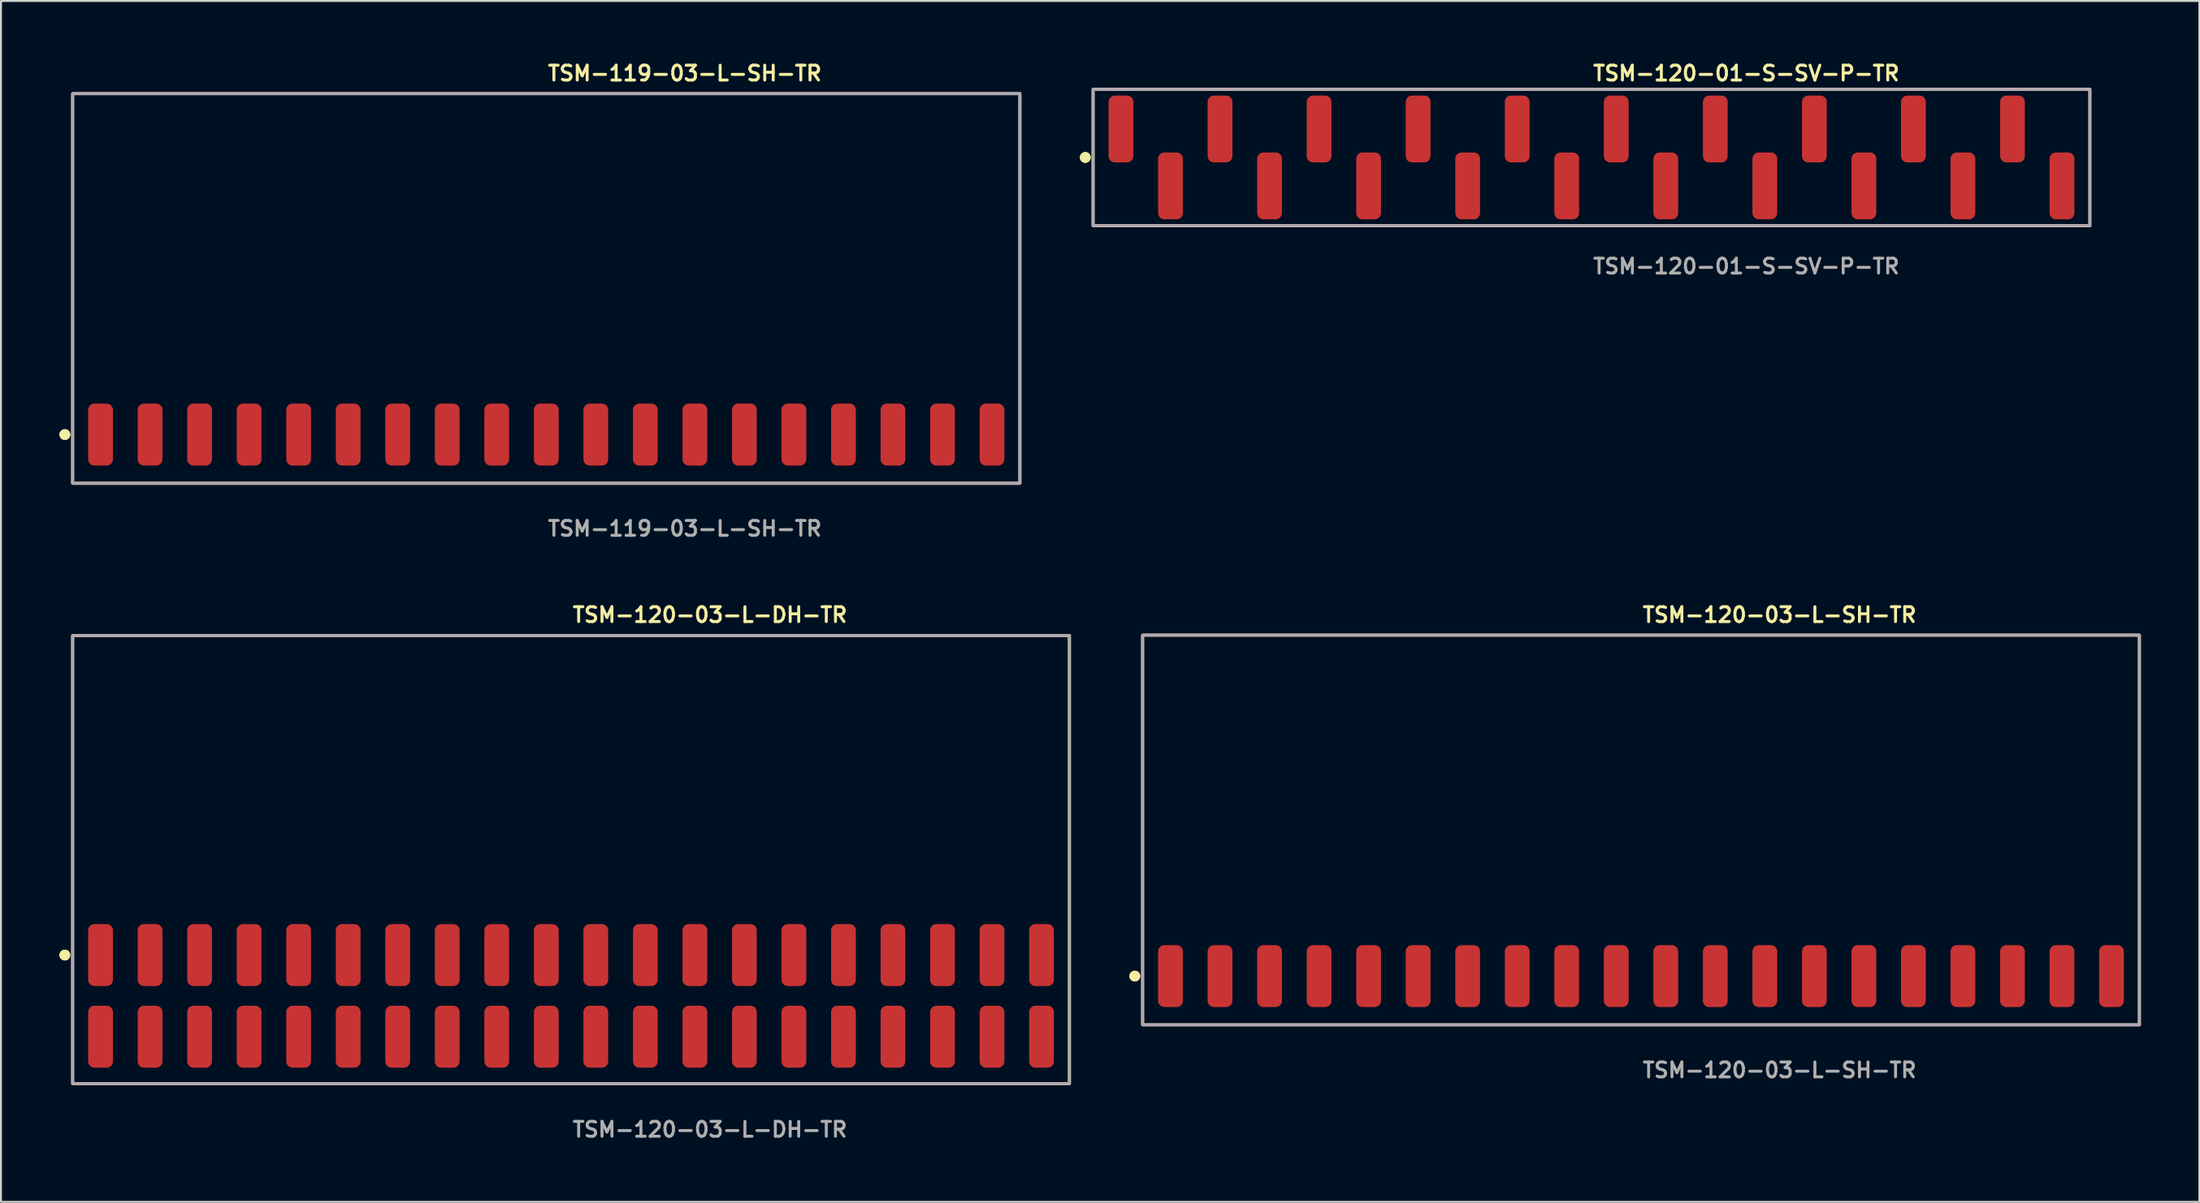
<source format=kicad_pcb>
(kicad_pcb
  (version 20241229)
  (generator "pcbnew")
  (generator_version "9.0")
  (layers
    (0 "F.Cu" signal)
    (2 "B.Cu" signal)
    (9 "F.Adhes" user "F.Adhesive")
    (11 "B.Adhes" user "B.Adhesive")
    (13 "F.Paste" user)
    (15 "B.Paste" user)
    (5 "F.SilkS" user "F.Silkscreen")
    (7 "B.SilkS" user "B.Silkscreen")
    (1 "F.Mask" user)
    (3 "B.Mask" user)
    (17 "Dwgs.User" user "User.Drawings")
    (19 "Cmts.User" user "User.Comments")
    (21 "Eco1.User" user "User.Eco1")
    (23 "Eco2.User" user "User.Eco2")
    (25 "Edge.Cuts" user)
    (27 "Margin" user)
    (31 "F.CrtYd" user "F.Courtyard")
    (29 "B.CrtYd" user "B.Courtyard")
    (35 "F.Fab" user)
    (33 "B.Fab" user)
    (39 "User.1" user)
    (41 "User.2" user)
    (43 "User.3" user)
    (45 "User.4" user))
  (footprint "TSM-120-03-L-DH-TR"
    (layer "F.Cu")
    (at 26.236 48.066)
    (property "Reference" "TSM-120-03-L-DH-TR" (at 0 -19.558 0) (unlocked yes) (layer "F.SilkS") (effects (font (size 0.762 0.762) (thickness 0.152)) (justify left)))
    (fp_rect (start -25.56 4.5) (end 25.56 -18.5) (stroke (width 0.152) (type solid)) (fill no) (layer "F.SilkS"))
    (fp_circle (center -25.96 -2.095) (end -26.16 -2.095) (stroke (width 0.152) (type solid)) (fill yes) (layer "F.SilkS"))
    (fp_circle (center -25.96 -2.095) (end -26.16 -2.095) (stroke (width 0.152) (type solid)) (fill yes) (layer "F.SilkS"))
    (fp_rect (start -25.56 4.5) (end 25.56 -18.5) (stroke (width 0.006) (type solid)) (fill no) (layer "F.CrtYd"))
    (fp_rect (start -25.56 4.5) (end 25.56 -18.5) (stroke (width 0.152) (type solid)) (fill no) (layer "F.Fab"))
    (fp_text user "${REFERENCE}" (at 0 6.858 0) (unlocked yes) (layer "F.Fab") (effects (font (size 0.762 0.762) (thickness 0.152)) (justify left)))
    (pad "1" smd roundrect (at -24.13 2.095) (size 1.27 3.18) (layers "F.Cu" "F.Paste") (roundrect_rratio 0.25))
    (pad "2" smd roundrect (at -24.13 -2.095) (size 1.27 3.18) (layers "F.Cu" "F.Paste") (roundrect_rratio 0.25))
    (pad "3" smd roundrect (at -21.59 2.095) (size 1.27 3.18) (layers "F.Cu" "F.Paste") (roundrect_rratio 0.25))
    (pad "4" smd roundrect (at -21.59 -2.095) (size 1.27 3.18) (layers "F.Cu" "F.Paste") (roundrect_rratio 0.25))
    (pad "5" smd roundrect (at -19.05 2.095) (size 1.27 3.18) (layers "F.Cu" "F.Paste") (roundrect_rratio 0.25))
    (pad "6" smd roundrect (at -19.05 -2.095) (size 1.27 3.18) (layers "F.Cu" "F.Paste") (roundrect_rratio 0.25))
    (pad "7" smd roundrect (at -16.51 2.095) (size 1.27 3.18) (layers "F.Cu" "F.Paste") (roundrect_rratio 0.25))
    (pad "8" smd roundrect (at -16.51 -2.095) (size 1.27 3.18) (layers "F.Cu" "F.Paste") (roundrect_rratio 0.25))
    (pad "9" smd roundrect (at -13.97 2.095) (size 1.27 3.18) (layers "F.Cu" "F.Paste") (roundrect_rratio 0.25))
    (pad "10" smd roundrect (at -13.97 -2.095) (size 1.27 3.18) (layers "F.Cu" "F.Paste") (roundrect_rratio 0.25))
    (pad "11" smd roundrect (at -11.43 2.095) (size 1.27 3.18) (layers "F.Cu" "F.Paste") (roundrect_rratio 0.25))
    (pad "12" smd roundrect (at -11.43 -2.095) (size 1.27 3.18) (layers "F.Cu" "F.Paste") (roundrect_rratio 0.25))
    (pad "13" smd roundrect (at -8.89 2.095) (size 1.27 3.18) (layers "F.Cu" "F.Paste") (roundrect_rratio 0.25))
    (pad "14" smd roundrect (at -8.89 -2.095) (size 1.27 3.18) (layers "F.Cu" "F.Paste") (roundrect_rratio 0.25))
    (pad "15" smd roundrect (at -6.35 2.095) (size 1.27 3.18) (layers "F.Cu" "F.Paste") (roundrect_rratio 0.25))
    (pad "16" smd roundrect (at -6.35 -2.095) (size 1.27 3.18) (layers "F.Cu" "F.Paste") (roundrect_rratio 0.25))
    (pad "17" smd roundrect (at -3.81 2.095) (size 1.27 3.18) (layers "F.Cu" "F.Paste") (roundrect_rratio 0.25))
    (pad "18" smd roundrect (at -3.81 -2.095) (size 1.27 3.18) (layers "F.Cu" "F.Paste") (roundrect_rratio 0.25))
    (pad "19" smd roundrect (at -1.27 2.095) (size 1.27 3.18) (layers "F.Cu" "F.Paste") (roundrect_rratio 0.25))
    (pad "20" smd roundrect (at -1.27 -2.095) (size 1.27 3.18) (layers "F.Cu" "F.Paste") (roundrect_rratio 0.25))
    (pad "21" smd roundrect (at 1.27 2.095) (size 1.27 3.18) (layers "F.Cu" "F.Paste") (roundrect_rratio 0.25))
    (pad "22" smd roundrect (at 1.27 -2.095) (size 1.27 3.18) (layers "F.Cu" "F.Paste") (roundrect_rratio 0.25))
    (pad "23" smd roundrect (at 3.81 2.095) (size 1.27 3.18) (layers "F.Cu" "F.Paste") (roundrect_rratio 0.25))
    (pad "24" smd roundrect (at 3.81 -2.095) (size 1.27 3.18) (layers "F.Cu" "F.Paste") (roundrect_rratio 0.25))
    (pad "25" smd roundrect (at 6.35 2.095) (size 1.27 3.18) (layers "F.Cu" "F.Paste") (roundrect_rratio 0.25))
    (pad "26" smd roundrect (at 6.35 -2.095) (size 1.27 3.18) (layers "F.Cu" "F.Paste") (roundrect_rratio 0.25))
    (pad "27" smd roundrect (at 8.89 2.095) (size 1.27 3.18) (layers "F.Cu" "F.Paste") (roundrect_rratio 0.25))
    (pad "28" smd roundrect (at 8.89 -2.095) (size 1.27 3.18) (layers "F.Cu" "F.Paste") (roundrect_rratio 0.25))
    (pad "29" smd roundrect (at 11.43 2.095) (size 1.27 3.18) (layers "F.Cu" "F.Paste") (roundrect_rratio 0.25))
    (pad "30" smd roundrect (at 11.43 -2.095) (size 1.27 3.18) (layers "F.Cu" "F.Paste") (roundrect_rratio 0.25))
    (pad "31" smd roundrect (at 13.97 2.095) (size 1.27 3.18) (layers "F.Cu" "F.Paste") (roundrect_rratio 0.25))
    (pad "32" smd roundrect (at 13.97 -2.095) (size 1.27 3.18) (layers "F.Cu" "F.Paste") (roundrect_rratio 0.25))
    (pad "33" smd roundrect (at 16.51 2.095) (size 1.27 3.18) (layers "F.Cu" "F.Paste") (roundrect_rratio 0.25))
    (pad "34" smd roundrect (at 16.51 -2.095) (size 1.27 3.18) (layers "F.Cu" "F.Paste") (roundrect_rratio 0.25))
    (pad "35" smd roundrect (at 19.05 2.095) (size 1.27 3.18) (layers "F.Cu" "F.Paste") (roundrect_rratio 0.25))
    (pad "36" smd roundrect (at 19.05 -2.095) (size 1.27 3.18) (layers "F.Cu" "F.Paste") (roundrect_rratio 0.25))
    (pad "37" smd roundrect (at 21.59 2.095) (size 1.27 3.18) (layers "F.Cu" "F.Paste") (roundrect_rratio 0.25))
    (pad "38" smd roundrect (at 21.59 -2.095) (size 1.27 3.18) (layers "F.Cu" "F.Paste") (roundrect_rratio 0.25))
    (pad "39" smd roundrect (at 24.13 2.095) (size 1.27 3.18) (layers "F.Cu" "F.Paste") (roundrect_rratio 0.25))
    (pad "40" smd roundrect (at 24.13 -2.095) (size 1.27 3.18) (layers "F.Cu" "F.Paste") (roundrect_rratio 0.25)))
  (footprint "TSM-119-03-L-SH-TR"
    (layer "F.Cu")
    (at 24.966 19.255)
    (property "Reference" "TSM-119-03-L-SH-TR" (at 0 -18.542 0) (unlocked yes) (layer "F.SilkS") (effects (font (size 0.762 0.762) (thickness 0.152)) (justify left)))
    (fp_rect (start -24.29 2.5) (end 24.29 -17.5) (stroke (width 0.152) (type solid)) (fill no) (layer "F.SilkS"))
    (fp_circle (center -24.69 0) (end -24.89 0) (stroke (width 0.152) (type solid)) (fill yes) (layer "F.SilkS"))
    (fp_circle (center -24.69 0) (end -24.89 0) (stroke (width 0.152) (type solid)) (fill yes) (layer "F.SilkS"))
    (fp_rect (start -24.29 2.5) (end 24.29 -17.5) (stroke (width 0.006) (type solid)) (fill no) (layer "F.CrtYd"))
    (fp_rect (start -24.29 2.5) (end 24.29 -17.5) (stroke (width 0.152) (type solid)) (fill no) (layer "F.Fab"))
    (fp_text user "${REFERENCE}" (at 0 4.826 0) (unlocked yes) (layer "F.Fab") (effects (font (size 0.762 0.762) (thickness 0.152)) (justify left)))
    (pad "1" smd roundrect (at -22.86 0) (size 1.27 3.18) (layers "F.Cu" "F.Paste") (roundrect_rratio 0.25))
    (pad "2" smd roundrect (at -20.32 0) (size 1.27 3.18) (layers "F.Cu" "F.Paste") (roundrect_rratio 0.25))
    (pad "3" smd roundrect (at -17.78 0) (size 1.27 3.18) (layers "F.Cu" "F.Paste") (roundrect_rratio 0.25))
    (pad "4" smd roundrect (at -15.24 0) (size 1.27 3.18) (layers "F.Cu" "F.Paste") (roundrect_rratio 0.25))
    (pad "5" smd roundrect (at -12.7 0) (size 1.27 3.18) (layers "F.Cu" "F.Paste") (roundrect_rratio 0.25))
    (pad "6" smd roundrect (at -10.16 0) (size 1.27 3.18) (layers "F.Cu" "F.Paste") (roundrect_rratio 0.25))
    (pad "7" smd roundrect (at -7.62 0) (size 1.27 3.18) (layers "F.Cu" "F.Paste") (roundrect_rratio 0.25))
    (pad "8" smd roundrect (at -5.08 0) (size 1.27 3.18) (layers "F.Cu" "F.Paste") (roundrect_rratio 0.25))
    (pad "9" smd roundrect (at -2.54 0) (size 1.27 3.18) (layers "F.Cu" "F.Paste") (roundrect_rratio 0.25))
    (pad "10" smd roundrect (at 0 0) (size 1.27 3.18) (layers "F.Cu" "F.Paste") (roundrect_rratio 0.25))
    (pad "11" smd roundrect (at 2.54 0) (size 1.27 3.18) (layers "F.Cu" "F.Paste") (roundrect_rratio 0.25))
    (pad "12" smd roundrect (at 5.08 0) (size 1.27 3.18) (layers "F.Cu" "F.Paste") (roundrect_rratio 0.25))
    (pad "13" smd roundrect (at 7.62 0) (size 1.27 3.18) (layers "F.Cu" "F.Paste") (roundrect_rratio 0.25))
    (pad "14" smd roundrect (at 10.16 0) (size 1.27 3.18) (layers "F.Cu" "F.Paste") (roundrect_rratio 0.25))
    (pad "15" smd roundrect (at 12.7 0) (size 1.27 3.18) (layers "F.Cu" "F.Paste") (roundrect_rratio 0.25))
    (pad "16" smd roundrect (at 15.24 0) (size 1.27 3.18) (layers "F.Cu" "F.Paste") (roundrect_rratio 0.25))
    (pad "17" smd roundrect (at 17.78 0) (size 1.27 3.18) (layers "F.Cu" "F.Paste") (roundrect_rratio 0.25))
    (pad "18" smd roundrect (at 20.32 0) (size 1.27 3.18) (layers "F.Cu" "F.Paste") (roundrect_rratio 0.25))
    (pad "19" smd roundrect (at 22.86 0) (size 1.27 3.18) (layers "F.Cu" "F.Paste") (roundrect_rratio 0.25)))
  (footprint "TSM-120-03-L-SH-TR"
    (layer "F.Cu")
    (at 81.109 47.05)
    (property "Reference" "TSM-120-03-L-SH-TR" (at 0 -18.542 0) (unlocked yes) (layer "F.SilkS") (effects (font (size 0.762 0.762) (thickness 0.152)) (justify left)))
    (fp_rect (start -25.56 2.5) (end 25.56 -17.5) (stroke (width 0.152) (type solid)) (fill no) (layer "F.SilkS"))
    (fp_circle (center -25.96 0) (end -26.16 0) (stroke (width 0.152) (type solid)) (fill yes) (layer "F.SilkS"))
    (fp_circle (center -25.96 0) (end -26.16 0) (stroke (width 0.152) (type solid)) (fill yes) (layer "F.SilkS"))
    (fp_rect (start -25.56 2.5) (end 25.56 -17.5) (stroke (width 0.006) (type solid)) (fill no) (layer "F.CrtYd"))
    (fp_rect (start -25.56 2.5) (end 25.56 -17.5) (stroke (width 0.152) (type solid)) (fill no) (layer "F.Fab"))
    (fp_text user "${REFERENCE}" (at 0 4.826 0) (unlocked yes) (layer "F.Fab") (effects (font (size 0.762 0.762) (thickness 0.152)) (justify left)))
    (pad "1" smd roundrect (at -24.13 0) (size 1.27 3.18) (layers "F.Cu" "F.Paste") (roundrect_rratio 0.25))
    (pad "2" smd roundrect (at -21.59 0) (size 1.27 3.18) (layers "F.Cu" "F.Paste") (roundrect_rratio 0.25))
    (pad "3" smd roundrect (at -19.05 0) (size 1.27 3.18) (layers "F.Cu" "F.Paste") (roundrect_rratio 0.25))
    (pad "4" smd roundrect (at -16.51 0) (size 1.27 3.18) (layers "F.Cu" "F.Paste") (roundrect_rratio 0.25))
    (pad "5" smd roundrect (at -13.97 0) (size 1.27 3.18) (layers "F.Cu" "F.Paste") (roundrect_rratio 0.25))
    (pad "6" smd roundrect (at -11.43 0) (size 1.27 3.18) (layers "F.Cu" "F.Paste") (roundrect_rratio 0.25))
    (pad "7" smd roundrect (at -8.89 0) (size 1.27 3.18) (layers "F.Cu" "F.Paste") (roundrect_rratio 0.25))
    (pad "8" smd roundrect (at -6.35 0) (size 1.27 3.18) (layers "F.Cu" "F.Paste") (roundrect_rratio 0.25))
    (pad "9" smd roundrect (at -3.81 0) (size 1.27 3.18) (layers "F.Cu" "F.Paste") (roundrect_rratio 0.25))
    (pad "10" smd roundrect (at -1.27 0) (size 1.27 3.18) (layers "F.Cu" "F.Paste") (roundrect_rratio 0.25))
    (pad "11" smd roundrect (at 1.27 0) (size 1.27 3.18) (layers "F.Cu" "F.Paste") (roundrect_rratio 0.25))
    (pad "12" smd roundrect (at 3.81 0) (size 1.27 3.18) (layers "F.Cu" "F.Paste") (roundrect_rratio 0.25))
    (pad "13" smd roundrect (at 6.35 0) (size 1.27 3.18) (layers "F.Cu" "F.Paste") (roundrect_rratio 0.25))
    (pad "14" smd roundrect (at 8.89 0) (size 1.27 3.18) (layers "F.Cu" "F.Paste") (roundrect_rratio 0.25))
    (pad "15" smd roundrect (at 11.43 0) (size 1.27 3.18) (layers "F.Cu" "F.Paste") (roundrect_rratio 0.25))
    (pad "16" smd roundrect (at 13.97 0) (size 1.27 3.18) (layers "F.Cu" "F.Paste") (roundrect_rratio 0.25))
    (pad "17" smd roundrect (at 16.51 0) (size 1.27 3.18) (layers "F.Cu" "F.Paste") (roundrect_rratio 0.25))
    (pad "18" smd roundrect (at 19.05 0) (size 1.27 3.18) (layers "F.Cu" "F.Paste") (roundrect_rratio 0.25))
    (pad "19" smd roundrect (at 21.59 0) (size 1.27 3.18) (layers "F.Cu" "F.Paste") (roundrect_rratio 0.25))
    (pad "20" smd roundrect (at 24.13 0) (size 1.27 3.18) (layers "F.Cu" "F.Paste") (roundrect_rratio 0.25)))
  (footprint "TSM-120-01-S-SV-P-TR"
    (layer "F.Cu")
    (at 78.569 5.031)
    (property "Reference" "TSM-120-01-S-SV-P-TR" (at 0 -4.318 0) (unlocked yes) (layer "F.SilkS") (effects (font (size 0.762 0.762) (thickness 0.152)) (justify left)))
    (fp_rect (start -25.56 3.5) (end 25.56 -3.5) (stroke (width 0.152) (type solid)) (fill no) (layer "F.SilkS"))
    (fp_circle (center -25.96 0) (end -26.16 0) (stroke (width 0.152) (type solid)) (fill yes) (layer "F.SilkS"))
    (fp_circle (center -25.96 0) (end -26.16 0) (stroke (width 0.152) (type solid)) (fill yes) (layer "F.SilkS"))
    (fp_rect (start -25.56 3.5) (end 25.56 -3.5) (stroke (width 0.006) (type solid)) (fill no) (layer "F.CrtYd"))
    (fp_rect (start -25.56 3.5) (end 25.56 -3.5) (stroke (width 0.152) (type solid)) (fill no) (layer "F.Fab"))
    (fp_text user "${REFERENCE}" (at 0 5.588 0) (unlocked yes) (layer "F.Fab") (effects (font (size 0.762 0.762) (thickness 0.152)) (justify left)))
    (pad "1" smd roundrect (at -24.13 -1.46) (size 1.27 3.43) (layers "F.Cu" "F.Paste") (roundrect_rratio 0.25))
    (pad "2" smd roundrect (at -21.59 1.46) (size 1.27 3.43) (layers "F.Cu" "F.Paste") (roundrect_rratio 0.25))
    (pad "3" smd roundrect (at -19.05 -1.46) (size 1.27 3.43) (layers "F.Cu" "F.Paste") (roundrect_rratio 0.25))
    (pad "4" smd roundrect (at -16.51 1.46) (size 1.27 3.43) (layers "F.Cu" "F.Paste") (roundrect_rratio 0.25))
    (pad "5" smd roundrect (at -13.97 -1.46) (size 1.27 3.43) (layers "F.Cu" "F.Paste") (roundrect_rratio 0.25))
    (pad "6" smd roundrect (at -11.43 1.46) (size 1.27 3.43) (layers "F.Cu" "F.Paste") (roundrect_rratio 0.25))
    (pad "7" smd roundrect (at -8.89 -1.46) (size 1.27 3.43) (layers "F.Cu" "F.Paste") (roundrect_rratio 0.25))
    (pad "8" smd roundrect (at -6.35 1.46) (size 1.27 3.43) (layers "F.Cu" "F.Paste") (roundrect_rratio 0.25))
    (pad "9" smd roundrect (at -3.81 -1.46) (size 1.27 3.43) (layers "F.Cu" "F.Paste") (roundrect_rratio 0.25))
    (pad "10" smd roundrect (at -1.27 1.46) (size 1.27 3.43) (layers "F.Cu" "F.Paste") (roundrect_rratio 0.25))
    (pad "11" smd roundrect (at 1.27 -1.46) (size 1.27 3.43) (layers "F.Cu" "F.Paste") (roundrect_rratio 0.25))
    (pad "12" smd roundrect (at 3.81 1.46) (size 1.27 3.43) (layers "F.Cu" "F.Paste") (roundrect_rratio 0.25))
    (pad "13" smd roundrect (at 6.35 -1.46) (size 1.27 3.43) (layers "F.Cu" "F.Paste") (roundrect_rratio 0.25))
    (pad "14" smd roundrect (at 8.89 1.46) (size 1.27 3.43) (layers "F.Cu" "F.Paste") (roundrect_rratio 0.25))
    (pad "15" smd roundrect (at 11.43 -1.46) (size 1.27 3.43) (layers "F.Cu" "F.Paste") (roundrect_rratio 0.25))
    (pad "16" smd roundrect (at 13.97 1.46) (size 1.27 3.43) (layers "F.Cu" "F.Paste") (roundrect_rratio 0.25))
    (pad "17" smd roundrect (at 16.51 -1.46) (size 1.27 3.43) (layers "F.Cu" "F.Paste") (roundrect_rratio 0.25))
    (pad "18" smd roundrect (at 19.05 1.46) (size 1.27 3.43) (layers "F.Cu" "F.Paste") (roundrect_rratio 0.25))
    (pad "19" smd roundrect (at 21.59 -1.46) (size 1.27 3.43) (layers "F.Cu" "F.Paste") (roundrect_rratio 0.25))
    (pad "20" smd roundrect (at 24.13 1.46) (size 1.27 3.43) (layers "F.Cu" "F.Paste") (roundrect_rratio 0.25)))
  (gr_rect
    (start -3 -3)
    (end 109.745 58.637)
    (stroke (width 0.1) (type default))
    (fill no)
    (layer "Edge.Cuts")))
</source>
